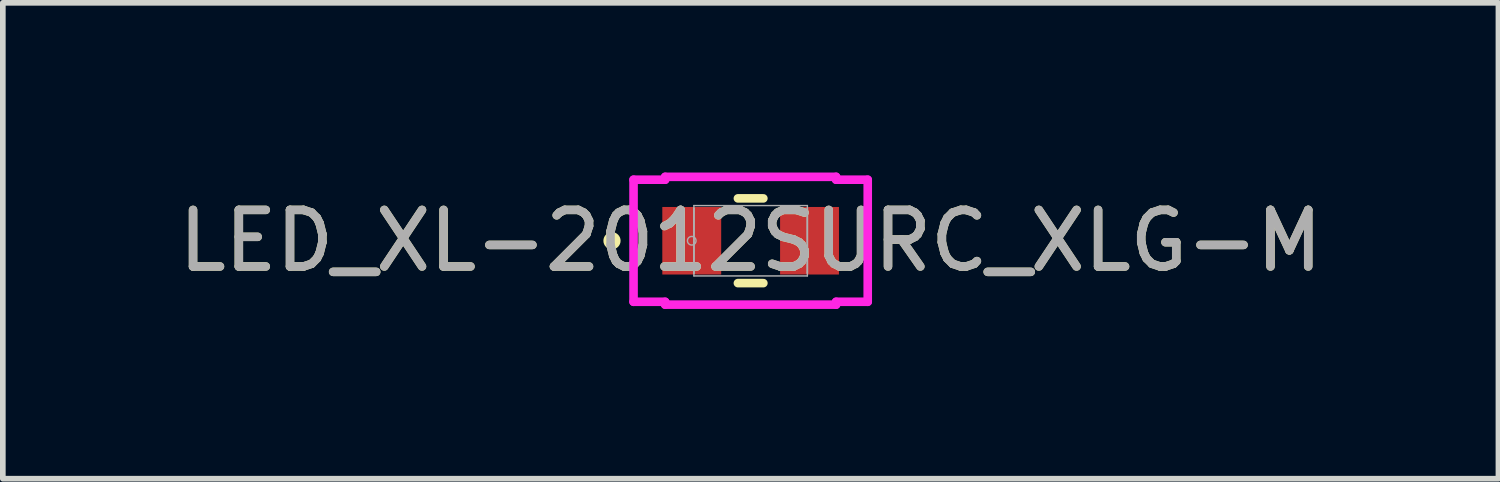
<source format=kicad_pcb>
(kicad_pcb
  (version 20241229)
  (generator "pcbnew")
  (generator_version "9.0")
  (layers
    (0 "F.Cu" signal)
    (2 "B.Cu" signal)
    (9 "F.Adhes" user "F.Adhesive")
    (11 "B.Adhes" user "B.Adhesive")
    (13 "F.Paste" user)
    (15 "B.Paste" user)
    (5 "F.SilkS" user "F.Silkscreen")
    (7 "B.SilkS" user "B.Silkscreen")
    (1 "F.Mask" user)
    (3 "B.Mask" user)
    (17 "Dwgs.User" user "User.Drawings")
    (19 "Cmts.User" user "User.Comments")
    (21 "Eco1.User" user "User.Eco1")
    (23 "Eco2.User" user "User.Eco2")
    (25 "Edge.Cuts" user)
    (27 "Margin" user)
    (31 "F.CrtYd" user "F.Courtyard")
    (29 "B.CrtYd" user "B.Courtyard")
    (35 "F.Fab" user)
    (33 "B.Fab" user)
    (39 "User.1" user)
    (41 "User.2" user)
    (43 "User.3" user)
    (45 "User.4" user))
  (footprint "LED_XL-2012SURC_XLG-M"
    (layer "F.Cu")
    (at 10.22 1.206)
    (property "Reference" "LED_XL-2012SURC_XLG-M" (at 0 0 0) (unlocked yes) (layer "F.SilkS") (effects (font (size 1 1) (thickness 0.15))))
    (attr smd)
    (fp_line (start -0.225 0.749) (end 0.225 0.749) (stroke (width 0.152) (type solid)) (layer "F.SilkS"))
    (fp_line (start 0.225 -0.749) (end -0.225 -0.749) (stroke (width 0.152) (type solid)) (layer "F.SilkS"))
    (fp_circle (center -2.451 0) (end -2.375 0) (stroke (width 0.152) (type solid)) (fill no) (layer "F.SilkS"))
    (fp_line (start -2.07 -1.079) (end -1.511 -1.079) (stroke (width 0.152) (type solid)) (layer "F.CrtYd"))
    (fp_line (start -2.07 1.079) (end -2.07 -1.079) (stroke (width 0.152) (type solid)) (layer "F.CrtYd"))
    (fp_line (start -1.511 -1.13) (end 1.511 -1.13) (stroke (width 0.152) (type solid)) (layer "F.CrtYd"))
    (fp_line (start -1.511 -1.079) (end -1.511 -1.13) (stroke (width 0.152) (type solid)) (layer "F.CrtYd"))
    (fp_line (start -1.511 1.079) (end -2.07 1.079) (stroke (width 0.152) (type solid)) (layer "F.CrtYd"))
    (fp_line (start -1.511 1.13) (end -1.511 1.079) (stroke (width 0.152) (type solid)) (layer "F.CrtYd"))
    (fp_line (start 1.511 -1.13) (end 1.511 -1.079) (stroke (width 0.152) (type solid)) (layer "F.CrtYd"))
    (fp_line (start 1.511 -1.079) (end 2.07 -1.079) (stroke (width 0.152) (type solid)) (layer "F.CrtYd"))
    (fp_line (start 1.511 1.079) (end 1.511 1.13) (stroke (width 0.152) (type solid)) (layer "F.CrtYd"))
    (fp_line (start 1.511 1.13) (end -1.511 1.13) (stroke (width 0.152) (type solid)) (layer "F.CrtYd"))
    (fp_line (start 2.07 -1.079) (end 2.07 1.079) (stroke (width 0.152) (type solid)) (layer "F.CrtYd"))
    (fp_line (start 2.07 1.079) (end 1.511 1.079) (stroke (width 0.152) (type solid)) (layer "F.CrtYd"))
    (fp_line (start -1.003 -0.622) (end -1.003 0.622) (stroke (width 0.025) (type solid)) (layer "F.Fab"))
    (fp_line (start -1.003 -0.572) (end -1.003 -0.572) (stroke (width 0.025) (type solid)) (layer "F.Fab"))
    (fp_line (start -1.003 -0.572) (end -1.003 0.572) (stroke (width 0.025) (type solid)) (layer "F.Fab"))
    (fp_line (start -1.003 0.572) (end -1.003 -0.572) (stroke (width 0.025) (type solid)) (layer "F.Fab"))
    (fp_line (start -1.003 0.572) (end -1.003 0.572) (stroke (width 0.025) (type solid)) (layer "F.Fab"))
    (fp_line (start -1.003 0.622) (end 1.003 0.622) (stroke (width 0.025) (type solid)) (layer "F.Fab"))
    (fp_line (start 1.003 -0.622) (end -1.003 -0.622) (stroke (width 0.025) (type solid)) (layer "F.Fab"))
    (fp_line (start 1.003 -0.572) (end 1.003 -0.572) (stroke (width 0.025) (type solid)) (layer "F.Fab"))
    (fp_line (start 1.003 -0.572) (end 1.003 0.572) (stroke (width 0.025) (type solid)) (layer "F.Fab"))
    (fp_line (start 1.003 0.572) (end 1.003 -0.572) (stroke (width 0.025) (type solid)) (layer "F.Fab"))
    (fp_line (start 1.003 0.572) (end 1.003 0.572) (stroke (width 0.025) (type solid)) (layer "F.Fab"))
    (fp_line (start 1.003 0.622) (end 1.003 -0.622) (stroke (width 0.025) (type solid)) (layer "F.Fab"))
    (fp_circle (center -1.041 0) (end -0.965 0) (stroke (width 0.025) (type solid)) (fill no) (layer "F.Fab"))
    (fp_text user "${REFERENCE}" (at 0 0 0) (unlocked yes) (layer "F.Fab") (effects (font (size 1 1) (thickness 0.15))))
    (pad "1" smd rect (at -1.041 0) (size 1.041 1.194) (layers "F.Cu" "F.Mask" "F.Paste"))
    (pad "2" smd rect (at 1.041 0) (size 1.041 1.194) (layers "F.Cu" "F.Mask" "F.Paste"))
    (zone (net_name "") (layer "F.Cu") (hatch full 0.508) (connect_pads) (min_thickness 0.254) (filled_areas_thickness no) (keepout (tracks not_allowed) (vias not_allowed) (pads allowed) (copperpour not_allowed) (footprints allowed)) (placement (enabled no)) (fill) (polygon (pts (xy 9.75 0.635) (xy 10.69 0.635) (xy 10.69 1.778) (xy 9.75 1.778)))))
  (gr_rect
    (start -3 -3)
    (end 23.44 5.413)
    (stroke (width 0.1) (type default))
    (fill no)
    (layer "Edge.Cuts")))
</source>
